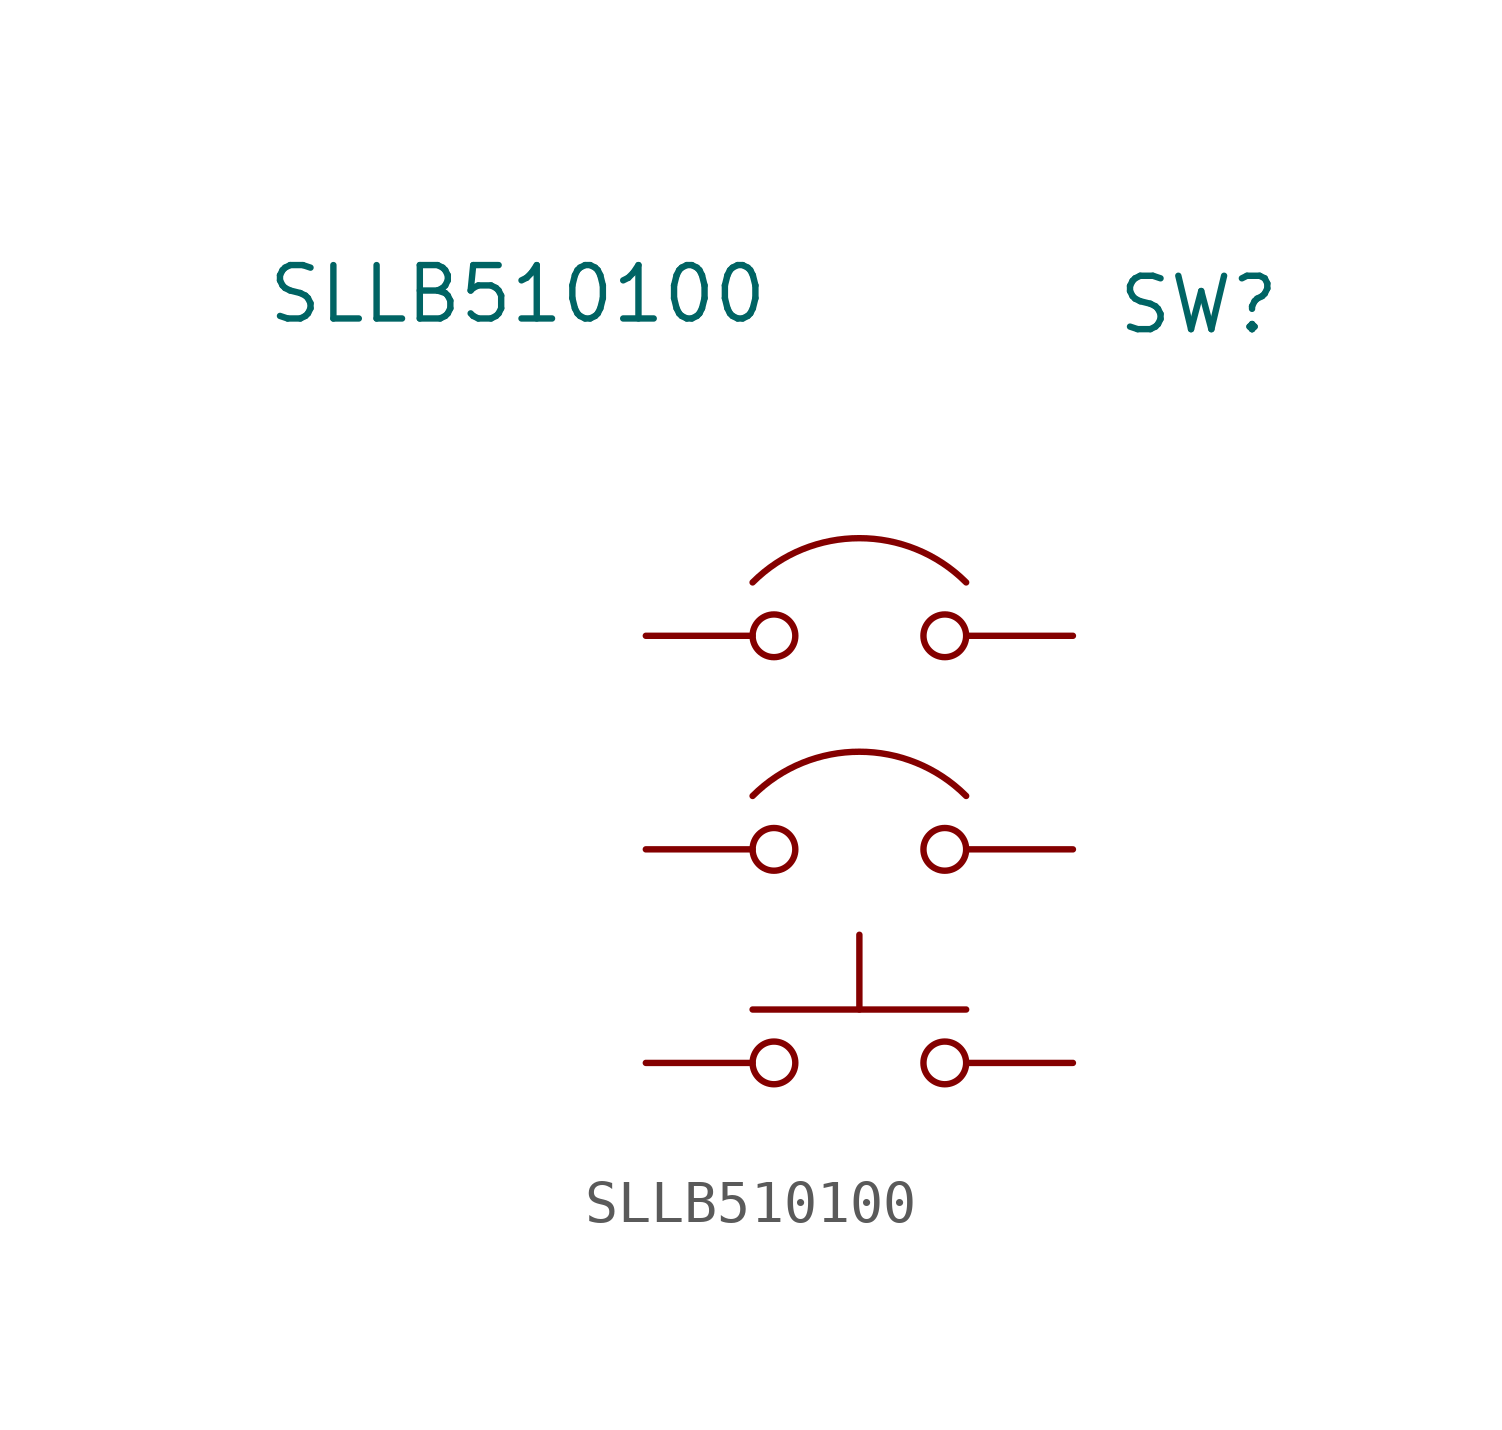
<source format=kicad_sym>
(kicad_symbol_lib
  (version 20231120)
  (generator "kicad_symbol_editor")
  (generator_version "8.0")
  (symbol "SLLB510100"
    (pin_numbers hide)
    (pin_names
      (offset 1.016) hide)
    (property "Reference" "SW"
      (at 6.096 7.874 0)
      (effects (font (size 1.27 1.27)) (justify left)))
    (property "Value" "SLLB510100"
      (at -8.128 8.128 0)
      (effects (font (size 1.27 1.27))))
    (symbol "SLLB510100_0_1"
      (circle (center -2.032 -10.16) (radius 0.508) (stroke (width 0) (type default)) (fill (type none)))
      (circle (center -2.032 -5.08) (radius 0.508) (stroke (width 0) (type default)) (fill (type none)))
      (circle (center -2.032 0) (radius 0.508) (stroke (width 0) (type default)) (fill (type none)))
      (polyline (pts (xy 0 -8.89) (xy 0 -7.112)) (stroke (width 0) (type default)) (fill (type none)))
      (polyline (pts (xy 2.54 -8.89) (xy -2.54 -8.89)) (stroke (width 0) (type default)) (fill (type none)))
      (circle (center 2.032 -10.16) (radius 0.508) (stroke (width 0) (type default)) (fill (type none)))
      (circle (center 2.032 -5.08) (radius 0.508) (stroke (width 0) (type default)) (fill (type none)))
      (circle (center 2.032 0) (radius 0.508) (stroke (width 0) (type default)) (fill (type none)))
      (arc (start 2.54 -3.81) (mid 0 -2.7579) (end -2.54 -3.81) (stroke (width 0) (type default)) (fill (type none)))
      (arc (start 2.54 1.27) (mid 0 2.3221) (end -2.54 1.27) (stroke (width 0) (type default)) (fill (type none)))
      (pin passive line (at -5.08 0 0) (length 2.54) (name "1" (effects (font (size 1.27 1.27)))) (number "1" (effects (font (size 1.27 1.27)))))
      (pin passive line (at -5.08 -5.08 0) (length 2.54) (name "2" (effects (font (size 1.27 1.27)))) (number "2" (effects (font (size 1.27 1.27)))))
      (pin passive line (at 5.08 -10.16 180) (length 2.54) (name "C" (effects (font (size 1.27 1.27)))) (number "C" (effects (font (size 1.27 1.27)))))
      (pin passive line (at 5.08 -5.08 180) (length 2.54) (name "C" (effects (font (size 1.27 1.27)))) (number "C" (effects (font (size 1.27 1.27)))))
      (pin passive line (at 5.08 0 180) (length 2.54) (name "C" (effects (font (size 1.27 1.27)))) (number "C" (effects (font (size 1.27 1.27)))))
      (pin passive line (at -5.08 -10.16 0) (length 2.54) (name "T" (effects (font (size 1.27 1.27)))) (number "T" (effects (font (size 1.27 1.27))))))))
</source>
